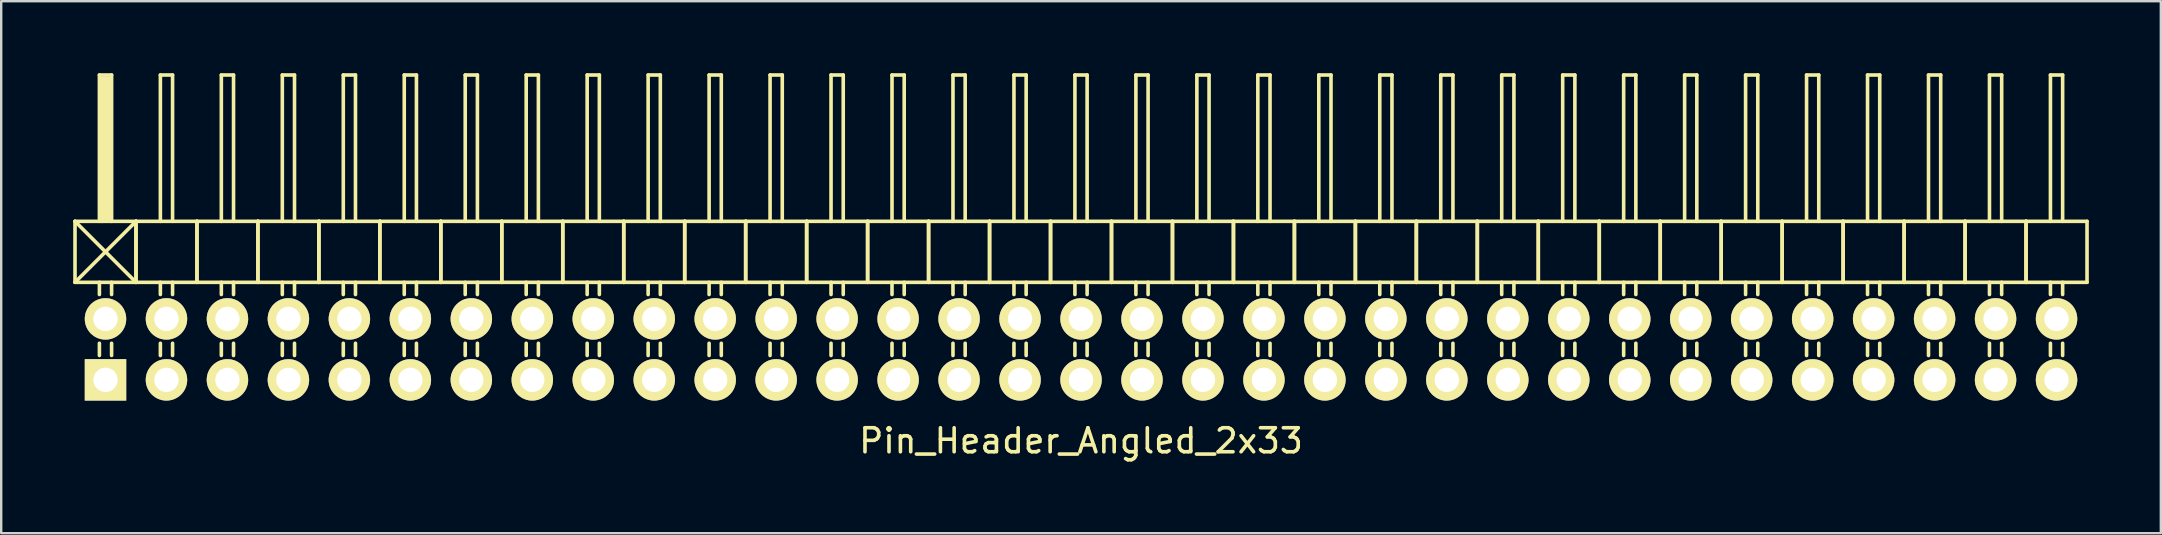
<source format=kicad_pcb>
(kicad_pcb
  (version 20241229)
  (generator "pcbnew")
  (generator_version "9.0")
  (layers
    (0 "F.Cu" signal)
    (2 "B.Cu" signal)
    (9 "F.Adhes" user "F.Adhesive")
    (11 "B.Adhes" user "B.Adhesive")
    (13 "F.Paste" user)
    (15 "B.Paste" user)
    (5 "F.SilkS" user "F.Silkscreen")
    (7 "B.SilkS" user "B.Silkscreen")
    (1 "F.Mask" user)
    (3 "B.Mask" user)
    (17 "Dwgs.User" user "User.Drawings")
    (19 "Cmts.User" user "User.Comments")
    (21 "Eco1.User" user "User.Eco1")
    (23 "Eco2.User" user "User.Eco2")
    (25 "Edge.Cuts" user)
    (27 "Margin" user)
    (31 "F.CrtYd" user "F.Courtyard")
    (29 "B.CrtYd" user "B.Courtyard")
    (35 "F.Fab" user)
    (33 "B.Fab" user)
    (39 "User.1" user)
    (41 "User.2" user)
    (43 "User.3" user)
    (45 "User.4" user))
  (footprint "Pin_Header_Angled_2x33"
    (layer "F.Cu")
    (at 41.985 11.505)
    (property "Reference" "Pin_Header_Angled_2x33" (at 0 3.81 0) (layer "F.SilkS") (effects (font (size 1 1) (thickness 0.15))))
    (attr through_hole)
    (fp_line (start -41.91 -5.334) (end -39.37 -2.794) (stroke (width 0.15) (type solid)) (layer "F.SilkS"))
    (fp_line (start -41.91 -2.794) (end -41.91 -5.334) (stroke (width 0.15) (type solid)) (layer "F.SilkS"))
    (fp_line (start -41.91 -2.794) (end -39.37 -5.334) (stroke (width 0.15) (type solid)) (layer "F.SilkS"))
    (fp_line (start -41.91 -2.794) (end -39.37 -2.794) (stroke (width 0.15) (type solid)) (layer "F.SilkS"))
    (fp_line (start -40.894 -11.43) (end -40.386 -11.43) (stroke (width 0.15) (type solid)) (layer "F.SilkS"))
    (fp_line (start -40.894 -5.334) (end -40.894 -11.43) (stroke (width 0.15) (type solid)) (layer "F.SilkS"))
    (fp_line (start -40.894 -2.794) (end -40.894 -2.286) (stroke (width 0.15) (type solid)) (layer "F.SilkS"))
    (fp_line (start -40.894 -0.254) (end -40.894 0.254) (stroke (width 0.15) (type solid)) (layer "F.SilkS"))
    (fp_line (start -40.767 -11.303) (end -40.513 -11.303) (stroke (width 0.15) (type solid)) (layer "F.SilkS"))
    (fp_line (start -40.767 -5.334) (end -40.767 -11.303) (stroke (width 0.15) (type solid)) (layer "F.SilkS"))
    (fp_line (start -40.64 -5.461) (end -40.64 -11.303) (stroke (width 0.15) (type solid)) (layer "F.SilkS"))
    (fp_line (start -40.513 -11.303) (end -40.513 -5.461) (stroke (width 0.15) (type solid)) (layer "F.SilkS"))
    (fp_line (start -40.513 -5.461) (end -40.64 -5.461) (stroke (width 0.15) (type solid)) (layer "F.SilkS"))
    (fp_line (start -40.386 -11.43) (end -40.386 -5.334) (stroke (width 0.15) (type solid)) (layer "F.SilkS"))
    (fp_line (start -40.386 -2.794) (end -40.386 -2.286) (stroke (width 0.15) (type solid)) (layer "F.SilkS"))
    (fp_line (start -40.386 -0.254) (end -40.386 0.254) (stroke (width 0.15) (type solid)) (layer "F.SilkS"))
    (fp_line (start -39.37 -5.334) (end -41.91 -5.334) (stroke (width 0.15) (type solid)) (layer "F.SilkS"))
    (fp_line (start -39.37 -2.794) (end -39.37 -5.334) (stroke (width 0.15) (type solid)) (layer "F.SilkS"))
    (fp_line (start -39.37 -2.794) (end -39.37 -5.334) (stroke (width 0.15) (type solid)) (layer "F.SilkS"))
    (fp_line (start -39.37 -2.794) (end -36.83 -2.794) (stroke (width 0.15) (type solid)) (layer "F.SilkS"))
    (fp_line (start -38.354 -11.43) (end -37.846 -11.43) (stroke (width 0.15) (type solid)) (layer "F.SilkS"))
    (fp_line (start -38.354 -5.334) (end -38.354 -11.43) (stroke (width 0.15) (type solid)) (layer "F.SilkS"))
    (fp_line (start -38.354 -2.794) (end -38.354 -2.286) (stroke (width 0.15) (type solid)) (layer "F.SilkS"))
    (fp_line (start -38.354 -0.254) (end -38.354 0.254) (stroke (width 0.15) (type solid)) (layer "F.SilkS"))
    (fp_line (start -37.846 -11.43) (end -37.846 -5.334) (stroke (width 0.15) (type solid)) (layer "F.SilkS"))
    (fp_line (start -37.846 -2.794) (end -37.846 -2.286) (stroke (width 0.15) (type solid)) (layer "F.SilkS"))
    (fp_line (start -37.846 -0.254) (end -37.846 0.254) (stroke (width 0.15) (type solid)) (layer "F.SilkS"))
    (fp_line (start -36.83 -5.334) (end -39.37 -5.334) (stroke (width 0.15) (type solid)) (layer "F.SilkS"))
    (fp_line (start -36.83 -2.794) (end -36.83 -5.334) (stroke (width 0.15) (type solid)) (layer "F.SilkS"))
    (fp_line (start -36.83 -2.794) (end -36.83 -5.334) (stroke (width 0.15) (type solid)) (layer "F.SilkS"))
    (fp_line (start -36.83 -2.794) (end -34.29 -2.794) (stroke (width 0.15) (type solid)) (layer "F.SilkS"))
    (fp_line (start -35.814 -11.43) (end -35.306 -11.43) (stroke (width 0.15) (type solid)) (layer "F.SilkS"))
    (fp_line (start -35.814 -5.334) (end -35.814 -11.43) (stroke (width 0.15) (type solid)) (layer "F.SilkS"))
    (fp_line (start -35.814 -2.794) (end -35.814 -2.286) (stroke (width 0.15) (type solid)) (layer "F.SilkS"))
    (fp_line (start -35.814 -0.254) (end -35.814 0.254) (stroke (width 0.15) (type solid)) (layer "F.SilkS"))
    (fp_line (start -35.306 -11.43) (end -35.306 -5.334) (stroke (width 0.15) (type solid)) (layer "F.SilkS"))
    (fp_line (start -35.306 -2.794) (end -35.306 -2.286) (stroke (width 0.15) (type solid)) (layer "F.SilkS"))
    (fp_line (start -35.306 -0.254) (end -35.306 0.254) (stroke (width 0.15) (type solid)) (layer "F.SilkS"))
    (fp_line (start -34.29 -5.334) (end -36.83 -5.334) (stroke (width 0.15) (type solid)) (layer "F.SilkS"))
    (fp_line (start -34.29 -2.794) (end -34.29 -5.334) (stroke (width 0.15) (type solid)) (layer "F.SilkS"))
    (fp_line (start -34.29 -2.794) (end -34.29 -5.334) (stroke (width 0.15) (type solid)) (layer "F.SilkS"))
    (fp_line (start -34.29 -2.794) (end -31.75 -2.794) (stroke (width 0.15) (type solid)) (layer "F.SilkS"))
    (fp_line (start -33.274 -11.43) (end -32.766 -11.43) (stroke (width 0.15) (type solid)) (layer "F.SilkS"))
    (fp_line (start -33.274 -5.334) (end -33.274 -11.43) (stroke (width 0.15) (type solid)) (layer "F.SilkS"))
    (fp_line (start -33.274 -2.794) (end -33.274 -2.286) (stroke (width 0.15) (type solid)) (layer "F.SilkS"))
    (fp_line (start -33.274 -0.254) (end -33.274 0.254) (stroke (width 0.15) (type solid)) (layer "F.SilkS"))
    (fp_line (start -32.766 -11.43) (end -32.766 -5.334) (stroke (width 0.15) (type solid)) (layer "F.SilkS"))
    (fp_line (start -32.766 -2.794) (end -32.766 -2.286) (stroke (width 0.15) (type solid)) (layer "F.SilkS"))
    (fp_line (start -32.766 -0.254) (end -32.766 0.254) (stroke (width 0.15) (type solid)) (layer "F.SilkS"))
    (fp_line (start -31.75 -5.334) (end -34.29 -5.334) (stroke (width 0.15) (type solid)) (layer "F.SilkS"))
    (fp_line (start -31.75 -2.794) (end -31.75 -5.334) (stroke (width 0.15) (type solid)) (layer "F.SilkS"))
    (fp_line (start -31.75 -2.794) (end -31.75 -5.334) (stroke (width 0.15) (type solid)) (layer "F.SilkS"))
    (fp_line (start -31.75 -2.794) (end -29.21 -2.794) (stroke (width 0.15) (type solid)) (layer "F.SilkS"))
    (fp_line (start -30.734 -11.43) (end -30.226 -11.43) (stroke (width 0.15) (type solid)) (layer "F.SilkS"))
    (fp_line (start -30.734 -5.334) (end -30.734 -11.43) (stroke (width 0.15) (type solid)) (layer "F.SilkS"))
    (fp_line (start -30.734 -2.794) (end -30.734 -2.286) (stroke (width 0.15) (type solid)) (layer "F.SilkS"))
    (fp_line (start -30.734 -0.254) (end -30.734 0.254) (stroke (width 0.15) (type solid)) (layer "F.SilkS"))
    (fp_line (start -30.226 -11.43) (end -30.226 -5.334) (stroke (width 0.15) (type solid)) (layer "F.SilkS"))
    (fp_line (start -30.226 -2.794) (end -30.226 -2.286) (stroke (width 0.15) (type solid)) (layer "F.SilkS"))
    (fp_line (start -30.226 -0.254) (end -30.226 0.254) (stroke (width 0.15) (type solid)) (layer "F.SilkS"))
    (fp_line (start -29.21 -5.334) (end -31.75 -5.334) (stroke (width 0.15) (type solid)) (layer "F.SilkS"))
    (fp_line (start -29.21 -2.794) (end -29.21 -5.334) (stroke (width 0.15) (type solid)) (layer "F.SilkS"))
    (fp_line (start -29.21 -2.794) (end -29.21 -5.334) (stroke (width 0.15) (type solid)) (layer "F.SilkS"))
    (fp_line (start -29.21 -2.794) (end -26.67 -2.794) (stroke (width 0.15) (type solid)) (layer "F.SilkS"))
    (fp_line (start -28.194 -11.43) (end -27.686 -11.43) (stroke (width 0.15) (type solid)) (layer "F.SilkS"))
    (fp_line (start -28.194 -5.334) (end -28.194 -11.43) (stroke (width 0.15) (type solid)) (layer "F.SilkS"))
    (fp_line (start -28.194 -2.794) (end -28.194 -2.286) (stroke (width 0.15) (type solid)) (layer "F.SilkS"))
    (fp_line (start -28.194 -0.254) (end -28.194 0.254) (stroke (width 0.15) (type solid)) (layer "F.SilkS"))
    (fp_line (start -27.686 -11.43) (end -27.686 -5.334) (stroke (width 0.15) (type solid)) (layer "F.SilkS"))
    (fp_line (start -27.686 -2.794) (end -27.686 -2.286) (stroke (width 0.15) (type solid)) (layer "F.SilkS"))
    (fp_line (start -27.686 -0.254) (end -27.686 0.254) (stroke (width 0.15) (type solid)) (layer "F.SilkS"))
    (fp_line (start -26.67 -5.334) (end -29.21 -5.334) (stroke (width 0.15) (type solid)) (layer "F.SilkS"))
    (fp_line (start -26.67 -2.794) (end -26.67 -5.334) (stroke (width 0.15) (type solid)) (layer "F.SilkS"))
    (fp_line (start -26.67 -2.794) (end -26.67 -5.334) (stroke (width 0.15) (type solid)) (layer "F.SilkS"))
    (fp_line (start -26.67 -2.794) (end -24.13 -2.794) (stroke (width 0.15) (type solid)) (layer "F.SilkS"))
    (fp_line (start -25.654 -11.43) (end -25.146 -11.43) (stroke (width 0.15) (type solid)) (layer "F.SilkS"))
    (fp_line (start -25.654 -5.334) (end -25.654 -11.43) (stroke (width 0.15) (type solid)) (layer "F.SilkS"))
    (fp_line (start -25.654 -2.794) (end -25.654 -2.286) (stroke (width 0.15) (type solid)) (layer "F.SilkS"))
    (fp_line (start -25.654 -0.254) (end -25.654 0.254) (stroke (width 0.15) (type solid)) (layer "F.SilkS"))
    (fp_line (start -25.146 -11.43) (end -25.146 -5.334) (stroke (width 0.15) (type solid)) (layer "F.SilkS"))
    (fp_line (start -25.146 -2.794) (end -25.146 -2.286) (stroke (width 0.15) (type solid)) (layer "F.SilkS"))
    (fp_line (start -25.146 -0.254) (end -25.146 0.254) (stroke (width 0.15) (type solid)) (layer "F.SilkS"))
    (fp_line (start -24.13 -5.334) (end -26.67 -5.334) (stroke (width 0.15) (type solid)) (layer "F.SilkS"))
    (fp_line (start -24.13 -2.794) (end -24.13 -5.334) (stroke (width 0.15) (type solid)) (layer "F.SilkS"))
    (fp_line (start -24.13 -2.794) (end -24.13 -5.334) (stroke (width 0.15) (type solid)) (layer "F.SilkS"))
    (fp_line (start -24.13 -2.794) (end -21.59 -2.794) (stroke (width 0.15) (type solid)) (layer "F.SilkS"))
    (fp_line (start -23.114 -11.43) (end -22.606 -11.43) (stroke (width 0.15) (type solid)) (layer "F.SilkS"))
    (fp_line (start -23.114 -5.334) (end -23.114 -11.43) (stroke (width 0.15) (type solid)) (layer "F.SilkS"))
    (fp_line (start -23.114 -2.794) (end -23.114 -2.286) (stroke (width 0.15) (type solid)) (layer "F.SilkS"))
    (fp_line (start -23.114 -0.254) (end -23.114 0.254) (stroke (width 0.15) (type solid)) (layer "F.SilkS"))
    (fp_line (start -22.606 -11.43) (end -22.606 -5.334) (stroke (width 0.15) (type solid)) (layer "F.SilkS"))
    (fp_line (start -22.606 -2.794) (end -22.606 -2.286) (stroke (width 0.15) (type solid)) (layer "F.SilkS"))
    (fp_line (start -22.606 -0.254) (end -22.606 0.254) (stroke (width 0.15) (type solid)) (layer "F.SilkS"))
    (fp_line (start -21.59 -5.334) (end -24.13 -5.334) (stroke (width 0.15) (type solid)) (layer "F.SilkS"))
    (fp_line (start -21.59 -2.794) (end -21.59 -5.334) (stroke (width 0.15) (type solid)) (layer "F.SilkS"))
    (fp_line (start -21.59 -2.794) (end -21.59 -5.334) (stroke (width 0.15) (type solid)) (layer "F.SilkS"))
    (fp_line (start -21.59 -2.794) (end -19.05 -2.794) (stroke (width 0.15) (type solid)) (layer "F.SilkS"))
    (fp_line (start -20.574 -11.43) (end -20.066 -11.43) (stroke (width 0.15) (type solid)) (layer "F.SilkS"))
    (fp_line (start -20.574 -5.334) (end -20.574 -11.43) (stroke (width 0.15) (type solid)) (layer "F.SilkS"))
    (fp_line (start -20.574 -2.794) (end -20.574 -2.286) (stroke (width 0.15) (type solid)) (layer "F.SilkS"))
    (fp_line (start -20.574 -0.254) (end -20.574 0.254) (stroke (width 0.15) (type solid)) (layer "F.SilkS"))
    (fp_line (start -20.066 -11.43) (end -20.066 -5.334) (stroke (width 0.15) (type solid)) (layer "F.SilkS"))
    (fp_line (start -20.066 -2.794) (end -20.066 -2.286) (stroke (width 0.15) (type solid)) (layer "F.SilkS"))
    (fp_line (start -20.066 -0.254) (end -20.066 0.254) (stroke (width 0.15) (type solid)) (layer "F.SilkS"))
    (fp_line (start -19.05 -5.334) (end -21.59 -5.334) (stroke (width 0.15) (type solid)) (layer "F.SilkS"))
    (fp_line (start -19.05 -2.794) (end -19.05 -5.334) (stroke (width 0.15) (type solid)) (layer "F.SilkS"))
    (fp_line (start -19.05 -2.794) (end -19.05 -5.334) (stroke (width 0.15) (type solid)) (layer "F.SilkS"))
    (fp_line (start -19.05 -2.794) (end -16.51 -2.794) (stroke (width 0.15) (type solid)) (layer "F.SilkS"))
    (fp_line (start -18.034 -11.43) (end -17.526 -11.43) (stroke (width 0.15) (type solid)) (layer "F.SilkS"))
    (fp_line (start -18.034 -5.334) (end -18.034 -11.43) (stroke (width 0.15) (type solid)) (layer "F.SilkS"))
    (fp_line (start -18.034 -2.794) (end -18.034 -2.286) (stroke (width 0.15) (type solid)) (layer "F.SilkS"))
    (fp_line (start -18.034 -0.254) (end -18.034 0.254) (stroke (width 0.15) (type solid)) (layer "F.SilkS"))
    (fp_line (start -17.526 -11.43) (end -17.526 -5.334) (stroke (width 0.15) (type solid)) (layer "F.SilkS"))
    (fp_line (start -17.526 -2.794) (end -17.526 -2.286) (stroke (width 0.15) (type solid)) (layer "F.SilkS"))
    (fp_line (start -17.526 -0.254) (end -17.526 0.254) (stroke (width 0.15) (type solid)) (layer "F.SilkS"))
    (fp_line (start -16.51 -5.334) (end -19.05 -5.334) (stroke (width 0.15) (type solid)) (layer "F.SilkS"))
    (fp_line (start -16.51 -2.794) (end -16.51 -5.334) (stroke (width 0.15) (type solid)) (layer "F.SilkS"))
    (fp_line (start -16.51 -2.794) (end -16.51 -5.334) (stroke (width 0.15) (type solid)) (layer "F.SilkS"))
    (fp_line (start -16.51 -2.794) (end -13.97 -2.794) (stroke (width 0.15) (type solid)) (layer "F.SilkS"))
    (fp_line (start -15.494 -11.43) (end -14.986 -11.43) (stroke (width 0.15) (type solid)) (layer "F.SilkS"))
    (fp_line (start -15.494 -5.334) (end -15.494 -11.43) (stroke (width 0.15) (type solid)) (layer "F.SilkS"))
    (fp_line (start -15.494 -2.794) (end -15.494 -2.286) (stroke (width 0.15) (type solid)) (layer "F.SilkS"))
    (fp_line (start -15.494 -0.254) (end -15.494 0.254) (stroke (width 0.15) (type solid)) (layer "F.SilkS"))
    (fp_line (start -14.986 -11.43) (end -14.986 -5.334) (stroke (width 0.15) (type solid)) (layer "F.SilkS"))
    (fp_line (start -14.986 -2.794) (end -14.986 -2.286) (stroke (width 0.15) (type solid)) (layer "F.SilkS"))
    (fp_line (start -14.986 -0.254) (end -14.986 0.254) (stroke (width 0.15) (type solid)) (layer "F.SilkS"))
    (fp_line (start -13.97 -5.334) (end -16.51 -5.334) (stroke (width 0.15) (type solid)) (layer "F.SilkS"))
    (fp_line (start -13.97 -2.794) (end -13.97 -5.334) (stroke (width 0.15) (type solid)) (layer "F.SilkS"))
    (fp_line (start -13.97 -2.794) (end -13.97 -5.334) (stroke (width 0.15) (type solid)) (layer "F.SilkS"))
    (fp_line (start -13.97 -2.794) (end -11.43 -2.794) (stroke (width 0.15) (type solid)) (layer "F.SilkS"))
    (fp_line (start -12.954 -11.43) (end -12.446 -11.43) (stroke (width 0.15) (type solid)) (layer "F.SilkS"))
    (fp_line (start -12.954 -5.334) (end -12.954 -11.43) (stroke (width 0.15) (type solid)) (layer "F.SilkS"))
    (fp_line (start -12.954 -2.794) (end -12.954 -2.286) (stroke (width 0.15) (type solid)) (layer "F.SilkS"))
    (fp_line (start -12.954 -0.254) (end -12.954 0.254) (stroke (width 0.15) (type solid)) (layer "F.SilkS"))
    (fp_line (start -12.446 -11.43) (end -12.446 -5.334) (stroke (width 0.15) (type solid)) (layer "F.SilkS"))
    (fp_line (start -12.446 -2.794) (end -12.446 -2.286) (stroke (width 0.15) (type solid)) (layer "F.SilkS"))
    (fp_line (start -12.446 -0.254) (end -12.446 0.254) (stroke (width 0.15) (type solid)) (layer "F.SilkS"))
    (fp_line (start -11.43 -5.334) (end -13.97 -5.334) (stroke (width 0.15) (type solid)) (layer "F.SilkS"))
    (fp_line (start -11.43 -2.794) (end -11.43 -5.334) (stroke (width 0.15) (type solid)) (layer "F.SilkS"))
    (fp_line (start -11.43 -2.794) (end -11.43 -5.334) (stroke (width 0.15) (type solid)) (layer "F.SilkS"))
    (fp_line (start -11.43 -2.794) (end -8.89 -2.794) (stroke (width 0.15) (type solid)) (layer "F.SilkS"))
    (fp_line (start -10.414 -11.43) (end -9.906 -11.43) (stroke (width 0.15) (type solid)) (layer "F.SilkS"))
    (fp_line (start -10.414 -5.334) (end -10.414 -11.43) (stroke (width 0.15) (type solid)) (layer "F.SilkS"))
    (fp_line (start -10.414 -2.794) (end -10.414 -2.286) (stroke (width 0.15) (type solid)) (layer "F.SilkS"))
    (fp_line (start -10.414 -0.254) (end -10.414 0.254) (stroke (width 0.15) (type solid)) (layer "F.SilkS"))
    (fp_line (start -9.906 -11.43) (end -9.906 -5.334) (stroke (width 0.15) (type solid)) (layer "F.SilkS"))
    (fp_line (start -9.906 -2.794) (end -9.906 -2.286) (stroke (width 0.15) (type solid)) (layer "F.SilkS"))
    (fp_line (start -9.906 -0.254) (end -9.906 0.254) (stroke (width 0.15) (type solid)) (layer "F.SilkS"))
    (fp_line (start -8.89 -5.334) (end -11.43 -5.334) (stroke (width 0.15) (type solid)) (layer "F.SilkS"))
    (fp_line (start -8.89 -2.794) (end -8.89 -5.334) (stroke (width 0.15) (type solid)) (layer "F.SilkS"))
    (fp_line (start -8.89 -2.794) (end -8.89 -5.334) (stroke (width 0.15) (type solid)) (layer "F.SilkS"))
    (fp_line (start -8.89 -2.794) (end -6.35 -2.794) (stroke (width 0.15) (type solid)) (layer "F.SilkS"))
    (fp_line (start -7.874 -11.43) (end -7.366 -11.43) (stroke (width 0.15) (type solid)) (layer "F.SilkS"))
    (fp_line (start -7.874 -5.334) (end -7.874 -11.43) (stroke (width 0.15) (type solid)) (layer "F.SilkS"))
    (fp_line (start -7.874 -2.794) (end -7.874 -2.286) (stroke (width 0.15) (type solid)) (layer "F.SilkS"))
    (fp_line (start -7.874 -0.254) (end -7.874 0.254) (stroke (width 0.15) (type solid)) (layer "F.SilkS"))
    (fp_line (start -7.366 -11.43) (end -7.366 -5.334) (stroke (width 0.15) (type solid)) (layer "F.SilkS"))
    (fp_line (start -7.366 -2.794) (end -7.366 -2.286) (stroke (width 0.15) (type solid)) (layer "F.SilkS"))
    (fp_line (start -7.366 -0.254) (end -7.366 0.254) (stroke (width 0.15) (type solid)) (layer "F.SilkS"))
    (fp_line (start -6.35 -5.334) (end -8.89 -5.334) (stroke (width 0.15) (type solid)) (layer "F.SilkS"))
    (fp_line (start -6.35 -2.794) (end -6.35 -5.334) (stroke (width 0.15) (type solid)) (layer "F.SilkS"))
    (fp_line (start -6.35 -2.794) (end -6.35 -5.334) (stroke (width 0.15) (type solid)) (layer "F.SilkS"))
    (fp_line (start -6.35 -2.794) (end -3.81 -2.794) (stroke (width 0.15) (type solid)) (layer "F.SilkS"))
    (fp_line (start -5.334 -11.43) (end -4.826 -11.43) (stroke (width 0.15) (type solid)) (layer "F.SilkS"))
    (fp_line (start -5.334 -5.334) (end -5.334 -11.43) (stroke (width 0.15) (type solid)) (layer "F.SilkS"))
    (fp_line (start -5.334 -2.794) (end -5.334 -2.286) (stroke (width 0.15) (type solid)) (layer "F.SilkS"))
    (fp_line (start -5.334 -0.254) (end -5.334 0.254) (stroke (width 0.15) (type solid)) (layer "F.SilkS"))
    (fp_line (start -4.826 -11.43) (end -4.826 -5.334) (stroke (width 0.15) (type solid)) (layer "F.SilkS"))
    (fp_line (start -4.826 -2.794) (end -4.826 -2.286) (stroke (width 0.15) (type solid)) (layer "F.SilkS"))
    (fp_line (start -4.826 -0.254) (end -4.826 0.254) (stroke (width 0.15) (type solid)) (layer "F.SilkS"))
    (fp_line (start -3.81 -5.334) (end -6.35 -5.334) (stroke (width 0.15) (type solid)) (layer "F.SilkS"))
    (fp_line (start -3.81 -2.794) (end -3.81 -5.334) (stroke (width 0.15) (type solid)) (layer "F.SilkS"))
    (fp_line (start -3.81 -2.794) (end -3.81 -5.334) (stroke (width 0.15) (type solid)) (layer "F.SilkS"))
    (fp_line (start -3.81 -2.794) (end -1.27 -2.794) (stroke (width 0.15) (type solid)) (layer "F.SilkS"))
    (fp_line (start -2.794 -11.43) (end -2.286 -11.43) (stroke (width 0.15) (type solid)) (layer "F.SilkS"))
    (fp_line (start -2.794 -5.334) (end -2.794 -11.43) (stroke (width 0.15) (type solid)) (layer "F.SilkS"))
    (fp_line (start -2.794 -2.794) (end -2.794 -2.286) (stroke (width 0.15) (type solid)) (layer "F.SilkS"))
    (fp_line (start -2.794 -0.254) (end -2.794 0.254) (stroke (width 0.15) (type solid)) (layer "F.SilkS"))
    (fp_line (start -2.286 -11.43) (end -2.286 -5.334) (stroke (width 0.15) (type solid)) (layer "F.SilkS"))
    (fp_line (start -2.286 -2.794) (end -2.286 -2.286) (stroke (width 0.15) (type solid)) (layer "F.SilkS"))
    (fp_line (start -2.286 -0.254) (end -2.286 0.254) (stroke (width 0.15) (type solid)) (layer "F.SilkS"))
    (fp_line (start -1.27 -5.334) (end -3.81 -5.334) (stroke (width 0.15) (type solid)) (layer "F.SilkS"))
    (fp_line (start -1.27 -2.794) (end -1.27 -5.334) (stroke (width 0.15) (type solid)) (layer "F.SilkS"))
    (fp_line (start -1.27 -2.794) (end -1.27 -5.334) (stroke (width 0.15) (type solid)) (layer "F.SilkS"))
    (fp_line (start -1.27 -2.794) (end 1.27 -2.794) (stroke (width 0.15) (type solid)) (layer "F.SilkS"))
    (fp_line (start -0.254 -11.43) (end 0.254 -11.43) (stroke (width 0.15) (type solid)) (layer "F.SilkS"))
    (fp_line (start -0.254 -5.334) (end -0.254 -11.43) (stroke (width 0.15) (type solid)) (layer "F.SilkS"))
    (fp_line (start -0.254 -2.794) (end -0.254 -2.286) (stroke (width 0.15) (type solid)) (layer "F.SilkS"))
    (fp_line (start -0.254 -0.254) (end -0.254 0.254) (stroke (width 0.15) (type solid)) (layer "F.SilkS"))
    (fp_line (start 0.254 -11.43) (end 0.254 -5.334) (stroke (width 0.15) (type solid)) (layer "F.SilkS"))
    (fp_line (start 0.254 -2.794) (end 0.254 -2.286) (stroke (width 0.15) (type solid)) (layer "F.SilkS"))
    (fp_line (start 0.254 -0.254) (end 0.254 0.254) (stroke (width 0.15) (type solid)) (layer "F.SilkS"))
    (fp_line (start 1.27 -5.334) (end -1.27 -5.334) (stroke (width 0.15) (type solid)) (layer "F.SilkS"))
    (fp_line (start 1.27 -2.794) (end 1.27 -5.334) (stroke (width 0.15) (type solid)) (layer "F.SilkS"))
    (fp_line (start 1.27 -2.794) (end 1.27 -5.334) (stroke (width 0.15) (type solid)) (layer "F.SilkS"))
    (fp_line (start 1.27 -2.794) (end 3.81 -2.794) (stroke (width 0.15) (type solid)) (layer "F.SilkS"))
    (fp_line (start 2.286 -11.43) (end 2.794 -11.43) (stroke (width 0.15) (type solid)) (layer "F.SilkS"))
    (fp_line (start 2.286 -5.334) (end 2.286 -11.43) (stroke (width 0.15) (type solid)) (layer "F.SilkS"))
    (fp_line (start 2.286 -2.794) (end 2.286 -2.286) (stroke (width 0.15) (type solid)) (layer "F.SilkS"))
    (fp_line (start 2.286 -0.254) (end 2.286 0.254) (stroke (width 0.15) (type solid)) (layer "F.SilkS"))
    (fp_line (start 2.794 -11.43) (end 2.794 -5.334) (stroke (width 0.15) (type solid)) (layer "F.SilkS"))
    (fp_line (start 2.794 -2.794) (end 2.794 -2.286) (stroke (width 0.15) (type solid)) (layer "F.SilkS"))
    (fp_line (start 2.794 -0.254) (end 2.794 0.254) (stroke (width 0.15) (type solid)) (layer "F.SilkS"))
    (fp_line (start 3.81 -5.334) (end 1.27 -5.334) (stroke (width 0.15) (type solid)) (layer "F.SilkS"))
    (fp_line (start 3.81 -2.794) (end 3.81 -5.334) (stroke (width 0.15) (type solid)) (layer "F.SilkS"))
    (fp_line (start 3.81 -2.794) (end 3.81 -5.334) (stroke (width 0.15) (type solid)) (layer "F.SilkS"))
    (fp_line (start 3.81 -2.794) (end 6.35 -2.794) (stroke (width 0.15) (type solid)) (layer "F.SilkS"))
    (fp_line (start 4.826 -11.43) (end 5.334 -11.43) (stroke (width 0.15) (type solid)) (layer "F.SilkS"))
    (fp_line (start 4.826 -5.334) (end 4.826 -11.43) (stroke (width 0.15) (type solid)) (layer "F.SilkS"))
    (fp_line (start 4.826 -2.794) (end 4.826 -2.286) (stroke (width 0.15) (type solid)) (layer "F.SilkS"))
    (fp_line (start 4.826 -0.254) (end 4.826 0.254) (stroke (width 0.15) (type solid)) (layer "F.SilkS"))
    (fp_line (start 5.334 -11.43) (end 5.334 -5.334) (stroke (width 0.15) (type solid)) (layer "F.SilkS"))
    (fp_line (start 5.334 -2.794) (end 5.334 -2.286) (stroke (width 0.15) (type solid)) (layer "F.SilkS"))
    (fp_line (start 5.334 -0.254) (end 5.334 0.254) (stroke (width 0.15) (type solid)) (layer "F.SilkS"))
    (fp_line (start 6.35 -5.334) (end 3.81 -5.334) (stroke (width 0.15) (type solid)) (layer "F.SilkS"))
    (fp_line (start 6.35 -2.794) (end 6.35 -5.334) (stroke (width 0.15) (type solid)) (layer "F.SilkS"))
    (fp_line (start 6.35 -2.794) (end 6.35 -5.334) (stroke (width 0.15) (type solid)) (layer "F.SilkS"))
    (fp_line (start 6.35 -2.794) (end 8.89 -2.794) (stroke (width 0.15) (type solid)) (layer "F.SilkS"))
    (fp_line (start 7.366 -11.43) (end 7.874 -11.43) (stroke (width 0.15) (type solid)) (layer "F.SilkS"))
    (fp_line (start 7.366 -5.334) (end 7.366 -11.43) (stroke (width 0.15) (type solid)) (layer "F.SilkS"))
    (fp_line (start 7.366 -2.794) (end 7.366 -2.286) (stroke (width 0.15) (type solid)) (layer "F.SilkS"))
    (fp_line (start 7.366 -0.254) (end 7.366 0.254) (stroke (width 0.15) (type solid)) (layer "F.SilkS"))
    (fp_line (start 7.874 -11.43) (end 7.874 -5.334) (stroke (width 0.15) (type solid)) (layer "F.SilkS"))
    (fp_line (start 7.874 -2.794) (end 7.874 -2.286) (stroke (width 0.15) (type solid)) (layer "F.SilkS"))
    (fp_line (start 7.874 -0.254) (end 7.874 0.254) (stroke (width 0.15) (type solid)) (layer "F.SilkS"))
    (fp_line (start 8.89 -5.334) (end 6.35 -5.334) (stroke (width 0.15) (type solid)) (layer "F.SilkS"))
    (fp_line (start 8.89 -2.794) (end 8.89 -5.334) (stroke (width 0.15) (type solid)) (layer "F.SilkS"))
    (fp_line (start 8.89 -2.794) (end 8.89 -5.334) (stroke (width 0.15) (type solid)) (layer "F.SilkS"))
    (fp_line (start 8.89 -2.794) (end 11.43 -2.794) (stroke (width 0.15) (type solid)) (layer "F.SilkS"))
    (fp_line (start 9.906 -11.43) (end 10.414 -11.43) (stroke (width 0.15) (type solid)) (layer "F.SilkS"))
    (fp_line (start 9.906 -5.334) (end 9.906 -11.43) (stroke (width 0.15) (type solid)) (layer "F.SilkS"))
    (fp_line (start 9.906 -2.794) (end 9.906 -2.286) (stroke (width 0.15) (type solid)) (layer "F.SilkS"))
    (fp_line (start 9.906 -0.254) (end 9.906 0.254) (stroke (width 0.15) (type solid)) (layer "F.SilkS"))
    (fp_line (start 10.414 -11.43) (end 10.414 -5.334) (stroke (width 0.15) (type solid)) (layer "F.SilkS"))
    (fp_line (start 10.414 -2.794) (end 10.414 -2.286) (stroke (width 0.15) (type solid)) (layer "F.SilkS"))
    (fp_line (start 10.414 -0.254) (end 10.414 0.254) (stroke (width 0.15) (type solid)) (layer "F.SilkS"))
    (fp_line (start 11.43 -5.334) (end 8.89 -5.334) (stroke (width 0.15) (type solid)) (layer "F.SilkS"))
    (fp_line (start 11.43 -2.794) (end 11.43 -5.334) (stroke (width 0.15) (type solid)) (layer "F.SilkS"))
    (fp_line (start 11.43 -2.794) (end 11.43 -5.334) (stroke (width 0.15) (type solid)) (layer "F.SilkS"))
    (fp_line (start 11.43 -2.794) (end 13.97 -2.794) (stroke (width 0.15) (type solid)) (layer "F.SilkS"))
    (fp_line (start 12.446 -11.43) (end 12.954 -11.43) (stroke (width 0.15) (type solid)) (layer "F.SilkS"))
    (fp_line (start 12.446 -5.334) (end 12.446 -11.43) (stroke (width 0.15) (type solid)) (layer "F.SilkS"))
    (fp_line (start 12.446 -2.794) (end 12.446 -2.286) (stroke (width 0.15) (type solid)) (layer "F.SilkS"))
    (fp_line (start 12.446 -0.254) (end 12.446 0.254) (stroke (width 0.15) (type solid)) (layer "F.SilkS"))
    (fp_line (start 12.954 -11.43) (end 12.954 -5.334) (stroke (width 0.15) (type solid)) (layer "F.SilkS"))
    (fp_line (start 12.954 -2.794) (end 12.954 -2.286) (stroke (width 0.15) (type solid)) (layer "F.SilkS"))
    (fp_line (start 12.954 -0.254) (end 12.954 0.254) (stroke (width 0.15) (type solid)) (layer "F.SilkS"))
    (fp_line (start 13.97 -5.334) (end 11.43 -5.334) (stroke (width 0.15) (type solid)) (layer "F.SilkS"))
    (fp_line (start 13.97 -2.794) (end 13.97 -5.334) (stroke (width 0.15) (type solid)) (layer "F.SilkS"))
    (fp_line (start 13.97 -2.794) (end 13.97 -5.334) (stroke (width 0.15) (type solid)) (layer "F.SilkS"))
    (fp_line (start 13.97 -2.794) (end 16.51 -2.794) (stroke (width 0.15) (type solid)) (layer "F.SilkS"))
    (fp_line (start 14.986 -11.43) (end 15.494 -11.43) (stroke (width 0.15) (type solid)) (layer "F.SilkS"))
    (fp_line (start 14.986 -5.334) (end 14.986 -11.43) (stroke (width 0.15) (type solid)) (layer "F.SilkS"))
    (fp_line (start 14.986 -2.794) (end 14.986 -2.286) (stroke (width 0.15) (type solid)) (layer "F.SilkS"))
    (fp_line (start 14.986 -0.254) (end 14.986 0.254) (stroke (width 0.15) (type solid)) (layer "F.SilkS"))
    (fp_line (start 15.494 -11.43) (end 15.494 -5.334) (stroke (width 0.15) (type solid)) (layer "F.SilkS"))
    (fp_line (start 15.494 -2.794) (end 15.494 -2.286) (stroke (width 0.15) (type solid)) (layer "F.SilkS"))
    (fp_line (start 15.494 -0.254) (end 15.494 0.254) (stroke (width 0.15) (type solid)) (layer "F.SilkS"))
    (fp_line (start 16.51 -5.334) (end 13.97 -5.334) (stroke (width 0.15) (type solid)) (layer "F.SilkS"))
    (fp_line (start 16.51 -2.794) (end 16.51 -5.334) (stroke (width 0.15) (type solid)) (layer "F.SilkS"))
    (fp_line (start 16.51 -2.794) (end 16.51 -5.334) (stroke (width 0.15) (type solid)) (layer "F.SilkS"))
    (fp_line (start 16.51 -2.794) (end 19.05 -2.794) (stroke (width 0.15) (type solid)) (layer "F.SilkS"))
    (fp_line (start 17.526 -11.43) (end 18.034 -11.43) (stroke (width 0.15) (type solid)) (layer "F.SilkS"))
    (fp_line (start 17.526 -5.334) (end 17.526 -11.43) (stroke (width 0.15) (type solid)) (layer "F.SilkS"))
    (fp_line (start 17.526 -2.794) (end 17.526 -2.286) (stroke (width 0.15) (type solid)) (layer "F.SilkS"))
    (fp_line (start 17.526 -0.254) (end 17.526 0.254) (stroke (width 0.15) (type solid)) (layer "F.SilkS"))
    (fp_line (start 18.034 -11.43) (end 18.034 -5.334) (stroke (width 0.15) (type solid)) (layer "F.SilkS"))
    (fp_line (start 18.034 -2.794) (end 18.034 -2.286) (stroke (width 0.15) (type solid)) (layer "F.SilkS"))
    (fp_line (start 18.034 -0.254) (end 18.034 0.254) (stroke (width 0.15) (type solid)) (layer "F.SilkS"))
    (fp_line (start 19.05 -5.334) (end 16.51 -5.334) (stroke (width 0.15) (type solid)) (layer "F.SilkS"))
    (fp_line (start 19.05 -2.794) (end 19.05 -5.334) (stroke (width 0.15) (type solid)) (layer "F.SilkS"))
    (fp_line (start 19.05 -2.794) (end 19.05 -5.334) (stroke (width 0.15) (type solid)) (layer "F.SilkS"))
    (fp_line (start 19.05 -2.794) (end 21.59 -2.794) (stroke (width 0.15) (type solid)) (layer "F.SilkS"))
    (fp_line (start 20.066 -11.43) (end 20.574 -11.43) (stroke (width 0.15) (type solid)) (layer "F.SilkS"))
    (fp_line (start 20.066 -5.334) (end 20.066 -11.43) (stroke (width 0.15) (type solid)) (layer "F.SilkS"))
    (fp_line (start 20.066 -2.794) (end 20.066 -2.286) (stroke (width 0.15) (type solid)) (layer "F.SilkS"))
    (fp_line (start 20.066 -0.254) (end 20.066 0.254) (stroke (width 0.15) (type solid)) (layer "F.SilkS"))
    (fp_line (start 20.574 -11.43) (end 20.574 -5.334) (stroke (width 0.15) (type solid)) (layer "F.SilkS"))
    (fp_line (start 20.574 -2.794) (end 20.574 -2.286) (stroke (width 0.15) (type solid)) (layer "F.SilkS"))
    (fp_line (start 20.574 -0.254) (end 20.574 0.254) (stroke (width 0.15) (type solid)) (layer "F.SilkS"))
    (fp_line (start 21.59 -5.334) (end 19.05 -5.334) (stroke (width 0.15) (type solid)) (layer "F.SilkS"))
    (fp_line (start 21.59 -2.794) (end 21.59 -5.334) (stroke (width 0.15) (type solid)) (layer "F.SilkS"))
    (fp_line (start 21.59 -2.794) (end 21.59 -5.334) (stroke (width 0.15) (type solid)) (layer "F.SilkS"))
    (fp_line (start 21.59 -2.794) (end 24.13 -2.794) (stroke (width 0.15) (type solid)) (layer "F.SilkS"))
    (fp_line (start 22.606 -11.43) (end 23.114 -11.43) (stroke (width 0.15) (type solid)) (layer "F.SilkS"))
    (fp_line (start 22.606 -5.334) (end 22.606 -11.43) (stroke (width 0.15) (type solid)) (layer "F.SilkS"))
    (fp_line (start 22.606 -2.794) (end 22.606 -2.286) (stroke (width 0.15) (type solid)) (layer "F.SilkS"))
    (fp_line (start 22.606 -0.254) (end 22.606 0.254) (stroke (width 0.15) (type solid)) (layer "F.SilkS"))
    (fp_line (start 23.114 -11.43) (end 23.114 -5.334) (stroke (width 0.15) (type solid)) (layer "F.SilkS"))
    (fp_line (start 23.114 -2.794) (end 23.114 -2.286) (stroke (width 0.15) (type solid)) (layer "F.SilkS"))
    (fp_line (start 23.114 -0.254) (end 23.114 0.254) (stroke (width 0.15) (type solid)) (layer "F.SilkS"))
    (fp_line (start 24.13 -5.334) (end 21.59 -5.334) (stroke (width 0.15) (type solid)) (layer "F.SilkS"))
    (fp_line (start 24.13 -2.794) (end 24.13 -5.334) (stroke (width 0.15) (type solid)) (layer "F.SilkS"))
    (fp_line (start 24.13 -2.794) (end 24.13 -5.334) (stroke (width 0.15) (type solid)) (layer "F.SilkS"))
    (fp_line (start 24.13 -2.794) (end 26.67 -2.794) (stroke (width 0.15) (type solid)) (layer "F.SilkS"))
    (fp_line (start 25.146 -11.43) (end 25.654 -11.43) (stroke (width 0.15) (type solid)) (layer "F.SilkS"))
    (fp_line (start 25.146 -5.334) (end 25.146 -11.43) (stroke (width 0.15) (type solid)) (layer "F.SilkS"))
    (fp_line (start 25.146 -2.794) (end 25.146 -2.286) (stroke (width 0.15) (type solid)) (layer "F.SilkS"))
    (fp_line (start 25.146 -0.254) (end 25.146 0.254) (stroke (width 0.15) (type solid)) (layer "F.SilkS"))
    (fp_line (start 25.654 -11.43) (end 25.654 -5.334) (stroke (width 0.15) (type solid)) (layer "F.SilkS"))
    (fp_line (start 25.654 -2.794) (end 25.654 -2.286) (stroke (width 0.15) (type solid)) (layer "F.SilkS"))
    (fp_line (start 25.654 -0.254) (end 25.654 0.254) (stroke (width 0.15) (type solid)) (layer "F.SilkS"))
    (fp_line (start 26.67 -5.334) (end 24.13 -5.334) (stroke (width 0.15) (type solid)) (layer "F.SilkS"))
    (fp_line (start 26.67 -2.794) (end 26.67 -5.334) (stroke (width 0.15) (type solid)) (layer "F.SilkS"))
    (fp_line (start 26.67 -2.794) (end 26.67 -5.334) (stroke (width 0.15) (type solid)) (layer "F.SilkS"))
    (fp_line (start 26.67 -2.794) (end 29.21 -2.794) (stroke (width 0.15) (type solid)) (layer "F.SilkS"))
    (fp_line (start 27.686 -11.43) (end 28.194 -11.43) (stroke (width 0.15) (type solid)) (layer "F.SilkS"))
    (fp_line (start 27.686 -5.334) (end 27.686 -11.43) (stroke (width 0.15) (type solid)) (layer "F.SilkS"))
    (fp_line (start 27.686 -2.794) (end 27.686 -2.286) (stroke (width 0.15) (type solid)) (layer "F.SilkS"))
    (fp_line (start 27.686 -0.254) (end 27.686 0.254) (stroke (width 0.15) (type solid)) (layer "F.SilkS"))
    (fp_line (start 28.194 -11.43) (end 28.194 -5.334) (stroke (width 0.15) (type solid)) (layer "F.SilkS"))
    (fp_line (start 28.194 -2.794) (end 28.194 -2.286) (stroke (width 0.15) (type solid)) (layer "F.SilkS"))
    (fp_line (start 28.194 -0.254) (end 28.194 0.254) (stroke (width 0.15) (type solid)) (layer "F.SilkS"))
    (fp_line (start 29.21 -5.334) (end 26.67 -5.334) (stroke (width 0.15) (type solid)) (layer "F.SilkS"))
    (fp_line (start 29.21 -2.794) (end 29.21 -5.334) (stroke (width 0.15) (type solid)) (layer "F.SilkS"))
    (fp_line (start 29.21 -2.794) (end 29.21 -5.334) (stroke (width 0.15) (type solid)) (layer "F.SilkS"))
    (fp_line (start 29.21 -2.794) (end 31.75 -2.794) (stroke (width 0.15) (type solid)) (layer "F.SilkS"))
    (fp_line (start 30.226 -11.43) (end 30.734 -11.43) (stroke (width 0.15) (type solid)) (layer "F.SilkS"))
    (fp_line (start 30.226 -5.334) (end 30.226 -11.43) (stroke (width 0.15) (type solid)) (layer "F.SilkS"))
    (fp_line (start 30.226 -2.794) (end 30.226 -2.286) (stroke (width 0.15) (type solid)) (layer "F.SilkS"))
    (fp_line (start 30.226 -0.254) (end 30.226 0.254) (stroke (width 0.15) (type solid)) (layer "F.SilkS"))
    (fp_line (start 30.734 -11.43) (end 30.734 -5.334) (stroke (width 0.15) (type solid)) (layer "F.SilkS"))
    (fp_line (start 30.734 -2.794) (end 30.734 -2.286) (stroke (width 0.15) (type solid)) (layer "F.SilkS"))
    (fp_line (start 30.734 -0.254) (end 30.734 0.254) (stroke (width 0.15) (type solid)) (layer "F.SilkS"))
    (fp_line (start 31.75 -5.334) (end 29.21 -5.334) (stroke (width 0.15) (type solid)) (layer "F.SilkS"))
    (fp_line (start 31.75 -2.794) (end 31.75 -5.334) (stroke (width 0.15) (type solid)) (layer "F.SilkS"))
    (fp_line (start 31.75 -2.794) (end 31.75 -5.334) (stroke (width 0.15) (type solid)) (layer "F.SilkS"))
    (fp_line (start 31.75 -2.794) (end 34.29 -2.794) (stroke (width 0.15) (type solid)) (layer "F.SilkS"))
    (fp_line (start 32.766 -11.43) (end 33.274 -11.43) (stroke (width 0.15) (type solid)) (layer "F.SilkS"))
    (fp_line (start 32.766 -5.334) (end 32.766 -11.43) (stroke (width 0.15) (type solid)) (layer "F.SilkS"))
    (fp_line (start 32.766 -2.794) (end 32.766 -2.286) (stroke (width 0.15) (type solid)) (layer "F.SilkS"))
    (fp_line (start 32.766 -0.254) (end 32.766 0.254) (stroke (width 0.15) (type solid)) (layer "F.SilkS"))
    (fp_line (start 33.274 -11.43) (end 33.274 -5.334) (stroke (width 0.15) (type solid)) (layer "F.SilkS"))
    (fp_line (start 33.274 -2.794) (end 33.274 -2.286) (stroke (width 0.15) (type solid)) (layer "F.SilkS"))
    (fp_line (start 33.274 -0.254) (end 33.274 0.254) (stroke (width 0.15) (type solid)) (layer "F.SilkS"))
    (fp_line (start 34.29 -5.334) (end 31.75 -5.334) (stroke (width 0.15) (type solid)) (layer "F.SilkS"))
    (fp_line (start 34.29 -2.794) (end 34.29 -5.334) (stroke (width 0.15) (type solid)) (layer "F.SilkS"))
    (fp_line (start 34.29 -2.794) (end 34.29 -5.334) (stroke (width 0.15) (type solid)) (layer "F.SilkS"))
    (fp_line (start 34.29 -2.794) (end 36.83 -2.794) (stroke (width 0.15) (type solid)) (layer "F.SilkS"))
    (fp_line (start 35.306 -11.43) (end 35.814 -11.43) (stroke (width 0.15) (type solid)) (layer "F.SilkS"))
    (fp_line (start 35.306 -5.334) (end 35.306 -11.43) (stroke (width 0.15) (type solid)) (layer "F.SilkS"))
    (fp_line (start 35.306 -2.794) (end 35.306 -2.286) (stroke (width 0.15) (type solid)) (layer "F.SilkS"))
    (fp_line (start 35.306 -0.254) (end 35.306 0.254) (stroke (width 0.15) (type solid)) (layer "F.SilkS"))
    (fp_line (start 35.814 -11.43) (end 35.814 -5.334) (stroke (width 0.15) (type solid)) (layer "F.SilkS"))
    (fp_line (start 35.814 -2.794) (end 35.814 -2.286) (stroke (width 0.15) (type solid)) (layer "F.SilkS"))
    (fp_line (start 35.814 -0.254) (end 35.814 0.254) (stroke (width 0.15) (type solid)) (layer "F.SilkS"))
    (fp_line (start 36.83 -5.334) (end 34.29 -5.334) (stroke (width 0.15) (type solid)) (layer "F.SilkS"))
    (fp_line (start 36.83 -2.794) (end 36.83 -5.334) (stroke (width 0.15) (type solid)) (layer "F.SilkS"))
    (fp_line (start 36.83 -2.794) (end 36.83 -5.334) (stroke (width 0.15) (type solid)) (layer "F.SilkS"))
    (fp_line (start 36.83 -2.794) (end 39.37 -2.794) (stroke (width 0.15) (type solid)) (layer "F.SilkS"))
    (fp_line (start 37.846 -11.43) (end 38.354 -11.43) (stroke (width 0.15) (type solid)) (layer "F.SilkS"))
    (fp_line (start 37.846 -5.334) (end 37.846 -11.43) (stroke (width 0.15) (type solid)) (layer "F.SilkS"))
    (fp_line (start 37.846 -2.794) (end 37.846 -2.286) (stroke (width 0.15) (type solid)) (layer "F.SilkS"))
    (fp_line (start 37.846 -0.254) (end 37.846 0.254) (stroke (width 0.15) (type solid)) (layer "F.SilkS"))
    (fp_line (start 38.354 -11.43) (end 38.354 -5.334) (stroke (width 0.15) (type solid)) (layer "F.SilkS"))
    (fp_line (start 38.354 -2.794) (end 38.354 -2.286) (stroke (width 0.15) (type solid)) (layer "F.SilkS"))
    (fp_line (start 38.354 -0.254) (end 38.354 0.254) (stroke (width 0.15) (type solid)) (layer "F.SilkS"))
    (fp_line (start 39.37 -5.334) (end 36.83 -5.334) (stroke (width 0.15) (type solid)) (layer "F.SilkS"))
    (fp_line (start 39.37 -2.794) (end 39.37 -5.334) (stroke (width 0.15) (type solid)) (layer "F.SilkS"))
    (fp_line (start 39.37 -2.794) (end 39.37 -5.334) (stroke (width 0.15) (type solid)) (layer "F.SilkS"))
    (fp_line (start 39.37 -2.794) (end 41.91 -2.794) (stroke (width 0.15) (type solid)) (layer "F.SilkS"))
    (fp_line (start 40.386 -11.43) (end 40.894 -11.43) (stroke (width 0.15) (type solid)) (layer "F.SilkS"))
    (fp_line (start 40.386 -5.334) (end 40.386 -11.43) (stroke (width 0.15) (type solid)) (layer "F.SilkS"))
    (fp_line (start 40.386 -2.794) (end 40.386 -2.286) (stroke (width 0.15) (type solid)) (layer "F.SilkS"))
    (fp_line (start 40.386 -0.254) (end 40.386 0.254) (stroke (width 0.15) (type solid)) (layer "F.SilkS"))
    (fp_line (start 40.894 -11.43) (end 40.894 -5.334) (stroke (width 0.15) (type solid)) (layer "F.SilkS"))
    (fp_line (start 40.894 -2.794) (end 40.894 -2.286) (stroke (width 0.15) (type solid)) (layer "F.SilkS"))
    (fp_line (start 40.894 -0.254) (end 40.894 0.254) (stroke (width 0.15) (type solid)) (layer "F.SilkS"))
    (fp_line (start 41.91 -5.334) (end 39.37 -5.334) (stroke (width 0.15) (type solid)) (layer "F.SilkS"))
    (fp_line (start 41.91 -2.794) (end 41.91 -5.334) (stroke (width 0.15) (type solid)) (layer "F.SilkS"))
    (pad "1" thru_hole rect (at -40.64 1.27) (size 1.727 1.727) (drill 1.016) (layers "*.Cu" "*.Mask" "F.SilkS"))
    (pad "2" thru_hole oval (at -40.64 -1.27) (size 1.727 1.727) (drill 1.016) (layers "*.Cu" "*.Mask" "F.SilkS"))
    (pad "3" thru_hole oval (at -38.1 1.27) (size 1.727 1.727) (drill 1.016) (layers "*.Cu" "*.Mask" "F.SilkS"))
    (pad "4" thru_hole oval (at -38.1 -1.27) (size 1.727 1.727) (drill 1.016) (layers "*.Cu" "*.Mask" "F.SilkS"))
    (pad "5" thru_hole oval (at -35.56 1.27) (size 1.727 1.727) (drill 1.016) (layers "*.Cu" "*.Mask" "F.SilkS"))
    (pad "6" thru_hole oval (at -35.56 -1.27) (size 1.727 1.727) (drill 1.016) (layers "*.Cu" "*.Mask" "F.SilkS"))
    (pad "7" thru_hole oval (at -33.02 1.27) (size 1.727 1.727) (drill 1.016) (layers "*.Cu" "*.Mask" "F.SilkS"))
    (pad "8" thru_hole oval (at -33.02 -1.27) (size 1.727 1.727) (drill 1.016) (layers "*.Cu" "*.Mask" "F.SilkS"))
    (pad "9" thru_hole oval (at -30.48 1.27) (size 1.727 1.727) (drill 1.016) (layers "*.Cu" "*.Mask" "F.SilkS"))
    (pad "10" thru_hole oval (at -30.48 -1.27) (size 1.727 1.727) (drill 1.016) (layers "*.Cu" "*.Mask" "F.SilkS"))
    (pad "11" thru_hole oval (at -27.94 1.27) (size 1.727 1.727) (drill 1.016) (layers "*.Cu" "*.Mask" "F.SilkS"))
    (pad "12" thru_hole oval (at -27.94 -1.27) (size 1.727 1.727) (drill 1.016) (layers "*.Cu" "*.Mask" "F.SilkS"))
    (pad "13" thru_hole oval (at -25.4 1.27) (size 1.727 1.727) (drill 1.016) (layers "*.Cu" "*.Mask" "F.SilkS"))
    (pad "14" thru_hole oval (at -25.4 -1.27) (size 1.727 1.727) (drill 1.016) (layers "*.Cu" "*.Mask" "F.SilkS"))
    (pad "15" thru_hole oval (at -22.86 1.27) (size 1.727 1.727) (drill 1.016) (layers "*.Cu" "*.Mask" "F.SilkS"))
    (pad "16" thru_hole oval (at -22.86 -1.27) (size 1.727 1.727) (drill 1.016) (layers "*.Cu" "*.Mask" "F.SilkS"))
    (pad "17" thru_hole oval (at -20.32 1.27) (size 1.727 1.727) (drill 1.016) (layers "*.Cu" "*.Mask" "F.SilkS"))
    (pad "18" thru_hole oval (at -20.32 -1.27) (size 1.727 1.727) (drill 1.016) (layers "*.Cu" "*.Mask" "F.SilkS"))
    (pad "19" thru_hole oval (at -17.78 1.27) (size 1.727 1.727) (drill 1.016) (layers "*.Cu" "*.Mask" "F.SilkS"))
    (pad "20" thru_hole oval (at -17.78 -1.27) (size 1.727 1.727) (drill 1.016) (layers "*.Cu" "*.Mask" "F.SilkS"))
    (pad "21" thru_hole oval (at -15.24 1.27) (size 1.727 1.727) (drill 1.016) (layers "*.Cu" "*.Mask" "F.SilkS"))
    (pad "22" thru_hole oval (at -15.24 -1.27) (size 1.727 1.727) (drill 1.016) (layers "*.Cu" "*.Mask" "F.SilkS"))
    (pad "23" thru_hole oval (at -12.7 1.27) (size 1.727 1.727) (drill 1.016) (layers "*.Cu" "*.Mask" "F.SilkS"))
    (pad "24" thru_hole oval (at -12.7 -1.27) (size 1.727 1.727) (drill 1.016) (layers "*.Cu" "*.Mask" "F.SilkS"))
    (pad "25" thru_hole oval (at -10.16 1.27) (size 1.727 1.727) (drill 1.016) (layers "*.Cu" "*.Mask" "F.SilkS"))
    (pad "26" thru_hole oval (at -10.16 -1.27) (size 1.727 1.727) (drill 1.016) (layers "*.Cu" "*.Mask" "F.SilkS"))
    (pad "27" thru_hole oval (at -7.62 1.27) (size 1.727 1.727) (drill 1.016) (layers "*.Cu" "*.Mask" "F.SilkS"))
    (pad "28" thru_hole oval (at -7.62 -1.27) (size 1.727 1.727) (drill 1.016) (layers "*.Cu" "*.Mask" "F.SilkS"))
    (pad "29" thru_hole oval (at -5.08 1.27) (size 1.727 1.727) (drill 1.016) (layers "*.Cu" "*.Mask" "F.SilkS"))
    (pad "30" thru_hole oval (at -5.08 -1.27) (size 1.727 1.727) (drill 1.016) (layers "*.Cu" "*.Mask" "F.SilkS"))
    (pad "31" thru_hole oval (at -2.54 1.27) (size 1.727 1.727) (drill 1.016) (layers "*.Cu" "*.Mask" "F.SilkS"))
    (pad "32" thru_hole oval (at -2.54 -1.27) (size 1.727 1.727) (drill 1.016) (layers "*.Cu" "*.Mask" "F.SilkS"))
    (pad "33" thru_hole oval (at 0 1.27) (size 1.727 1.727) (drill 1.016) (layers "*.Cu" "*.Mask" "F.SilkS"))
    (pad "34" thru_hole oval (at 0 -1.27) (size 1.727 1.727) (drill 1.016) (layers "*.Cu" "*.Mask" "F.SilkS"))
    (pad "35" thru_hole oval (at 2.54 1.27) (size 1.727 1.727) (drill 1.016) (layers "*.Cu" "*.Mask" "F.SilkS"))
    (pad "36" thru_hole oval (at 2.54 -1.27) (size 1.727 1.727) (drill 1.016) (layers "*.Cu" "*.Mask" "F.SilkS"))
    (pad "37" thru_hole oval (at 5.08 1.27) (size 1.727 1.727) (drill 1.016) (layers "*.Cu" "*.Mask" "F.SilkS"))
    (pad "38" thru_hole oval (at 5.08 -1.27) (size 1.727 1.727) (drill 1.016) (layers "*.Cu" "*.Mask" "F.SilkS"))
    (pad "39" thru_hole oval (at 7.62 1.27) (size 1.727 1.727) (drill 1.016) (layers "*.Cu" "*.Mask" "F.SilkS"))
    (pad "40" thru_hole oval (at 7.62 -1.27) (size 1.727 1.727) (drill 1.016) (layers "*.Cu" "*.Mask" "F.SilkS"))
    (pad "41" thru_hole oval (at 10.16 1.27) (size 1.727 1.727) (drill 1.016) (layers "*.Cu" "*.Mask" "F.SilkS"))
    (pad "42" thru_hole oval (at 10.16 -1.27) (size 1.727 1.727) (drill 1.016) (layers "*.Cu" "*.Mask" "F.SilkS"))
    (pad "43" thru_hole oval (at 12.7 1.27) (size 1.727 1.727) (drill 1.016) (layers "*.Cu" "*.Mask" "F.SilkS"))
    (pad "44" thru_hole oval (at 12.7 -1.27) (size 1.727 1.727) (drill 1.016) (layers "*.Cu" "*.Mask" "F.SilkS"))
    (pad "45" thru_hole oval (at 15.24 1.27) (size 1.727 1.727) (drill 1.016) (layers "*.Cu" "*.Mask" "F.SilkS"))
    (pad "46" thru_hole oval (at 15.24 -1.27) (size 1.727 1.727) (drill 1.016) (layers "*.Cu" "*.Mask" "F.SilkS"))
    (pad "47" thru_hole oval (at 17.78 1.27) (size 1.727 1.727) (drill 1.016) (layers "*.Cu" "*.Mask" "F.SilkS"))
    (pad "48" thru_hole oval (at 17.78 -1.27) (size 1.727 1.727) (drill 1.016) (layers "*.Cu" "*.Mask" "F.SilkS"))
    (pad "49" thru_hole oval (at 20.32 1.27) (size 1.727 1.727) (drill 1.016) (layers "*.Cu" "*.Mask" "F.SilkS"))
    (pad "50" thru_hole oval (at 20.32 -1.27) (size 1.727 1.727) (drill 1.016) (layers "*.Cu" "*.Mask" "F.SilkS"))
    (pad "51" thru_hole oval (at 22.86 1.27) (size 1.727 1.727) (drill 1.016) (layers "*.Cu" "*.Mask" "F.SilkS"))
    (pad "52" thru_hole oval (at 22.86 -1.27) (size 1.727 1.727) (drill 1.016) (layers "*.Cu" "*.Mask" "F.SilkS"))
    (pad "53" thru_hole oval (at 25.4 1.27) (size 1.727 1.727) (drill 1.016) (layers "*.Cu" "*.Mask" "F.SilkS"))
    (pad "54" thru_hole oval (at 25.4 -1.27) (size 1.727 1.727) (drill 1.016) (layers "*.Cu" "*.Mask" "F.SilkS"))
    (pad "55" thru_hole oval (at 27.94 1.27) (size 1.727 1.727) (drill 1.016) (layers "*.Cu" "*.Mask" "F.SilkS"))
    (pad "56" thru_hole oval (at 27.94 -1.27) (size 1.727 1.727) (drill 1.016) (layers "*.Cu" "*.Mask" "F.SilkS"))
    (pad "57" thru_hole oval (at 30.48 1.27) (size 1.727 1.727) (drill 1.016) (layers "*.Cu" "*.Mask" "F.SilkS"))
    (pad "58" thru_hole oval (at 30.48 -1.27) (size 1.727 1.727) (drill 1.016) (layers "*.Cu" "*.Mask" "F.SilkS"))
    (pad "59" thru_hole oval (at 33.02 1.27) (size 1.727 1.727) (drill 1.016) (layers "*.Cu" "*.Mask" "F.SilkS"))
    (pad "60" thru_hole oval (at 33.02 -1.27) (size 1.727 1.727) (drill 1.016) (layers "*.Cu" "*.Mask" "F.SilkS"))
    (pad "61" thru_hole oval (at 35.56 1.27) (size 1.727 1.727) (drill 1.016) (layers "*.Cu" "*.Mask" "F.SilkS"))
    (pad "62" thru_hole oval (at 35.56 -1.27) (size 1.727 1.727) (drill 1.016) (layers "*.Cu" "*.Mask" "F.SilkS"))
    (pad "63" thru_hole oval (at 38.1 1.27) (size 1.727 1.727) (drill 1.016) (layers "*.Cu" "*.Mask" "F.SilkS"))
    (pad "64" thru_hole oval (at 38.1 -1.27) (size 1.727 1.727) (drill 1.016) (layers "*.Cu" "*.Mask" "F.SilkS"))
    (pad "65" thru_hole oval (at 40.64 1.27) (size 1.727 1.727) (drill 1.016) (layers "*.Cu" "*.Mask" "F.SilkS"))
    (pad "66" thru_hole oval (at 40.64 -1.27) (size 1.727 1.727) (drill 1.016) (layers "*.Cu" "*.Mask" "F.SilkS")))
  (gr_rect
    (start -3 -3)
    (end 86.97 19.163)
    (stroke (width 0.1) (type default))
    (fill no)
    (layer "Edge.Cuts")))
</source>
